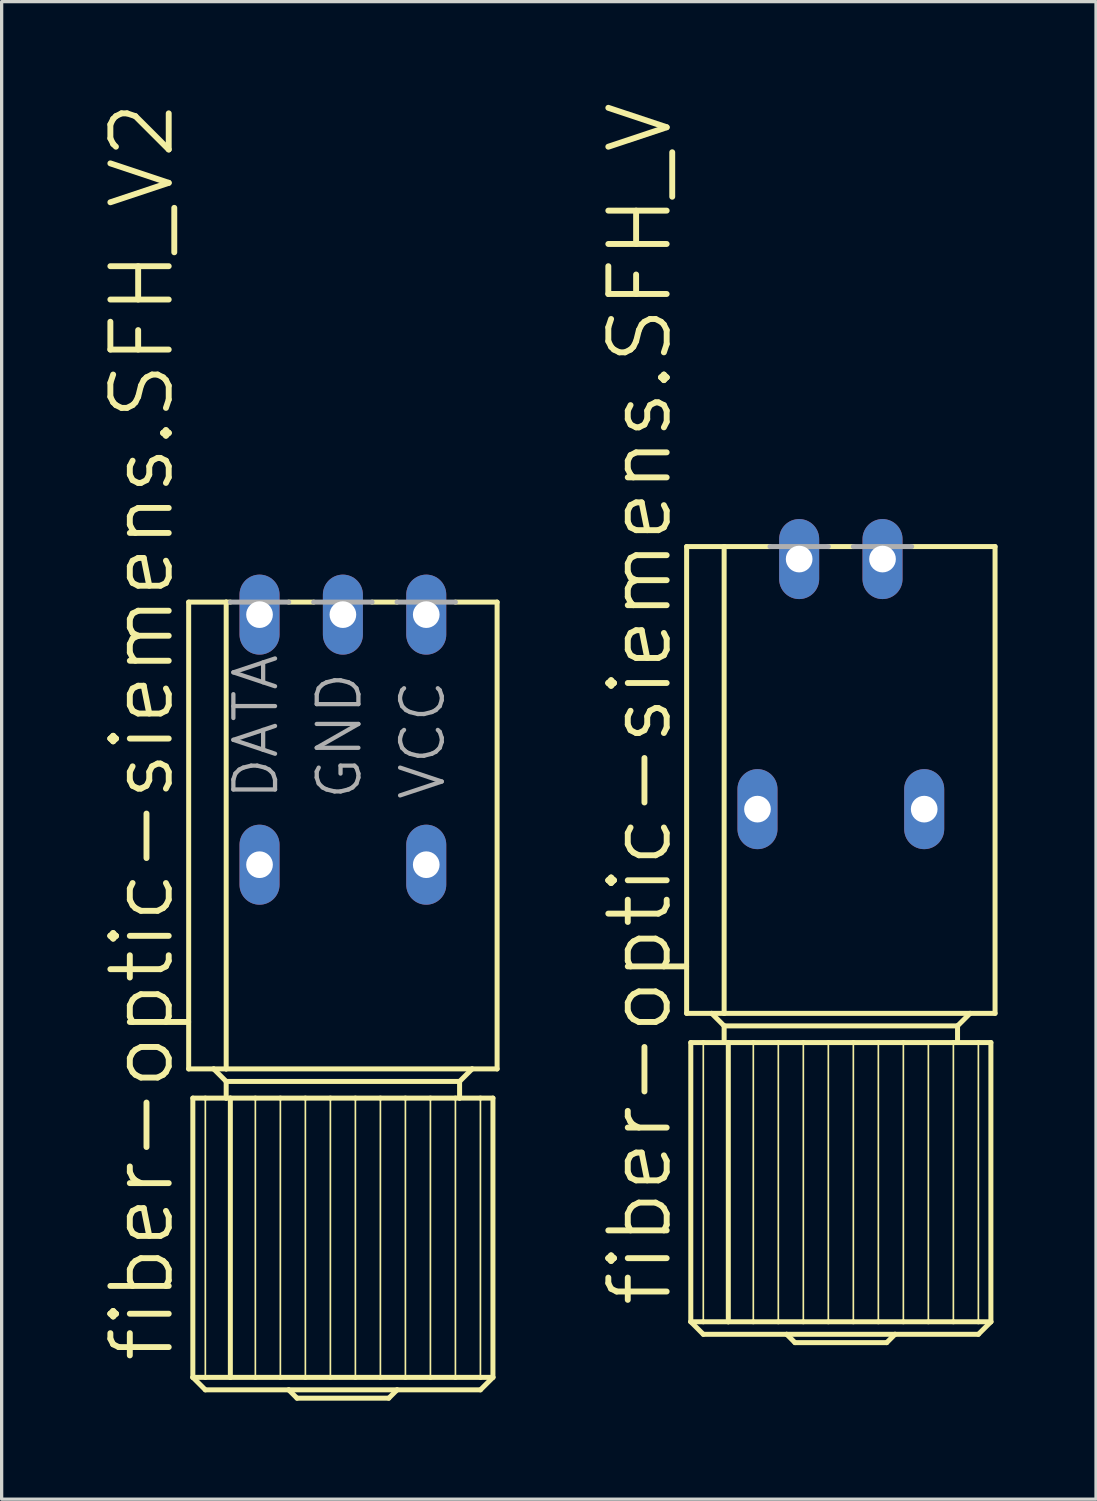
<source format=kicad_pcb>
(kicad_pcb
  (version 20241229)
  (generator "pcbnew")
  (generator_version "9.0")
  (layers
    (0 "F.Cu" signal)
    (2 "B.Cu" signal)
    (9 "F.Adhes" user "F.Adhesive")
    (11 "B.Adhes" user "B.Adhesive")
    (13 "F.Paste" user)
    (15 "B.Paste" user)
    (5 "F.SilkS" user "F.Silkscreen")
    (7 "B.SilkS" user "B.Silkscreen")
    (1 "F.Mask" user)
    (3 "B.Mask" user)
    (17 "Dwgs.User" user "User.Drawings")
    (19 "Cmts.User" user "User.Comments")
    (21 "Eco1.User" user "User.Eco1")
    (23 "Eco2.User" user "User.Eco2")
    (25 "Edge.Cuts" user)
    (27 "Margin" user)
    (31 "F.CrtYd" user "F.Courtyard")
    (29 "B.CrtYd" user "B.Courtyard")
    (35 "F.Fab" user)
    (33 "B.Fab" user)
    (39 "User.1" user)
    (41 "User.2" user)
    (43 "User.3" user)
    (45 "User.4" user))
  (footprint "fiber-optic-siemens.SFH_V"
    (layer "F.Cu")
    (at 22.571 21.605)
    (property "Reference" "fiber-optic-siemens.SFH_V" (at -5.08 15.24 90) (layer "F.SilkS") (effects (font (size 1.778 1.778) (thickness 0.18)) (justify left bottom)))
    (attr through_hole)
    (fp_line (start -4.699 6.223) (end -4.699 -8.001) (stroke (width 0.152) (type default)) (layer "F.SilkS"))
    (fp_line (start -4.699 6.223) (end -3.937 6.223) (stroke (width 0.152) (type default)) (layer "F.SilkS"))
    (fp_line (start -4.572 7.112) (end -4.572 15.621) (stroke (width 0.152) (type default)) (layer "F.SilkS"))
    (fp_line (start -4.572 15.621) (end -4.191 15.621) (stroke (width 0.152) (type default)) (layer "F.SilkS"))
    (fp_line (start -4.191 7.112) (end -4.572 7.112) (stroke (width 0.152) (type default)) (layer "F.SilkS"))
    (fp_line (start -4.191 7.112) (end -4.191 15.621) (stroke (width 0.051) (type default)) (layer "F.SilkS"))
    (fp_line (start -4.191 15.621) (end -3.429 15.621) (stroke (width 0.152) (type default)) (layer "F.SilkS"))
    (fp_line (start -4.191 16.002) (end -4.572 15.621) (stroke (width 0.152) (type default)) (layer "F.SilkS"))
    (fp_line (start -4.191 16.002) (end -1.651 16.002) (stroke (width 0.152) (type default)) (layer "F.SilkS"))
    (fp_line (start -3.937 6.223) (end -3.556 6.223) (stroke (width 0.152) (type default)) (layer "F.SilkS"))
    (fp_line (start -3.937 6.223) (end -3.556 6.604) (stroke (width 0.152) (type default)) (layer "F.SilkS"))
    (fp_line (start -3.556 -8.001) (end -4.699 -8.001) (stroke (width 0.152) (type default)) (layer "F.SilkS"))
    (fp_line (start -3.556 -8.001) (end -3.556 6.223) (stroke (width 0.152) (type default)) (layer "F.SilkS"))
    (fp_line (start -3.556 -8.001) (end -2.159 -8.001) (stroke (width 0.152) (type default)) (layer "F.SilkS"))
    (fp_line (start -3.556 6.223) (end 3.937 6.223) (stroke (width 0.152) (type default)) (layer "F.SilkS"))
    (fp_line (start -3.556 6.604) (end -3.556 7.112) (stroke (width 0.152) (type default)) (layer "F.SilkS"))
    (fp_line (start -3.556 6.604) (end 3.556 6.604) (stroke (width 0.152) (type default)) (layer "F.SilkS"))
    (fp_line (start -3.556 7.112) (end -4.191 7.112) (stroke (width 0.152) (type default)) (layer "F.SilkS"))
    (fp_line (start -3.556 7.112) (end -3.429 7.112) (stroke (width 0.152) (type default)) (layer "F.SilkS"))
    (fp_line (start -3.429 7.112) (end -3.429 15.621) (stroke (width 0.152) (type default)) (layer "F.SilkS"))
    (fp_line (start -3.429 7.112) (end -2.667 7.112) (stroke (width 0.152) (type default)) (layer "F.SilkS"))
    (fp_line (start -3.429 15.621) (end -2.667 15.621) (stroke (width 0.152) (type default)) (layer "F.SilkS"))
    (fp_line (start -2.667 7.112) (end -2.667 15.621) (stroke (width 0.051) (type default)) (layer "F.SilkS"))
    (fp_line (start -2.667 7.112) (end -1.905 7.112) (stroke (width 0.152) (type default)) (layer "F.SilkS"))
    (fp_line (start -2.667 15.621) (end -1.905 15.621) (stroke (width 0.152) (type default)) (layer "F.SilkS"))
    (fp_line (start -1.905 7.112) (end -1.905 15.621) (stroke (width 0.051) (type default)) (layer "F.SilkS"))
    (fp_line (start -1.905 7.112) (end -1.143 7.112) (stroke (width 0.152) (type default)) (layer "F.SilkS"))
    (fp_line (start -1.905 15.621) (end -1.143 15.621) (stroke (width 0.152) (type default)) (layer "F.SilkS"))
    (fp_line (start -1.651 16.002) (end 1.651 16.002) (stroke (width 0.152) (type default)) (layer "F.SilkS"))
    (fp_line (start -1.397 16.256) (end -1.651 16.002) (stroke (width 0.152) (type default)) (layer "F.SilkS"))
    (fp_line (start -1.143 7.112) (end -1.143 15.621) (stroke (width 0.051) (type default)) (layer "F.SilkS"))
    (fp_line (start -1.143 7.112) (end -0.381 7.112) (stroke (width 0.152) (type default)) (layer "F.SilkS"))
    (fp_line (start -1.143 15.621) (end -0.381 15.621) (stroke (width 0.152) (type default)) (layer "F.SilkS"))
    (fp_line (start -0.381 -8.001) (end 0.381 -8.001) (stroke (width 0.152) (type default)) (layer "F.SilkS"))
    (fp_line (start -0.381 7.112) (end -0.381 15.621) (stroke (width 0.051) (type default)) (layer "F.SilkS"))
    (fp_line (start -0.381 7.112) (end 0.381 7.112) (stroke (width 0.152) (type default)) (layer "F.SilkS"))
    (fp_line (start -0.381 15.621) (end 0.381 15.621) (stroke (width 0.152) (type default)) (layer "F.SilkS"))
    (fp_line (start 0.381 7.112) (end 0.381 15.621) (stroke (width 0.051) (type default)) (layer "F.SilkS"))
    (fp_line (start 0.381 7.112) (end 1.143 7.112) (stroke (width 0.152) (type default)) (layer "F.SilkS"))
    (fp_line (start 0.381 15.621) (end 1.143 15.621) (stroke (width 0.152) (type default)) (layer "F.SilkS"))
    (fp_line (start 1.143 7.112) (end 1.143 15.621) (stroke (width 0.051) (type default)) (layer "F.SilkS"))
    (fp_line (start 1.143 7.112) (end 1.905 7.112) (stroke (width 0.152) (type default)) (layer "F.SilkS"))
    (fp_line (start 1.143 15.621) (end 1.905 15.621) (stroke (width 0.152) (type default)) (layer "F.SilkS"))
    (fp_line (start 1.397 16.256) (end -1.397 16.256) (stroke (width 0.152) (type default)) (layer "F.SilkS"))
    (fp_line (start 1.651 16.002) (end 1.397 16.256) (stroke (width 0.152) (type default)) (layer "F.SilkS"))
    (fp_line (start 1.651 16.002) (end 4.191 16.002) (stroke (width 0.152) (type default)) (layer "F.SilkS"))
    (fp_line (start 1.905 7.112) (end 1.905 15.621) (stroke (width 0.051) (type default)) (layer "F.SilkS"))
    (fp_line (start 1.905 7.112) (end 2.667 7.112) (stroke (width 0.152) (type default)) (layer "F.SilkS"))
    (fp_line (start 1.905 15.621) (end 2.667 15.621) (stroke (width 0.152) (type default)) (layer "F.SilkS"))
    (fp_line (start 2.159 -8.001) (end 4.699 -8.001) (stroke (width 0.152) (type default)) (layer "F.SilkS"))
    (fp_line (start 2.667 7.112) (end 2.667 15.621) (stroke (width 0.051) (type default)) (layer "F.SilkS"))
    (fp_line (start 2.667 7.112) (end 3.429 7.112) (stroke (width 0.152) (type default)) (layer "F.SilkS"))
    (fp_line (start 2.667 15.621) (end 3.429 15.621) (stroke (width 0.152) (type default)) (layer "F.SilkS"))
    (fp_line (start 3.429 7.112) (end 3.429 15.621) (stroke (width 0.051) (type default)) (layer "F.SilkS"))
    (fp_line (start 3.429 7.112) (end 3.556 7.112) (stroke (width 0.152) (type default)) (layer "F.SilkS"))
    (fp_line (start 3.429 15.621) (end 4.191 15.621) (stroke (width 0.152) (type default)) (layer "F.SilkS"))
    (fp_line (start 3.556 6.604) (end 3.937 6.223) (stroke (width 0.152) (type default)) (layer "F.SilkS"))
    (fp_line (start 3.556 7.112) (end 3.556 6.604) (stroke (width 0.152) (type default)) (layer "F.SilkS"))
    (fp_line (start 3.556 7.112) (end 4.191 7.112) (stroke (width 0.152) (type default)) (layer "F.SilkS"))
    (fp_line (start 3.937 6.223) (end 4.699 6.223) (stroke (width 0.152) (type default)) (layer "F.SilkS"))
    (fp_line (start 4.191 7.112) (end 4.191 15.621) (stroke (width 0.051) (type default)) (layer "F.SilkS"))
    (fp_line (start 4.191 7.112) (end 4.572 7.112) (stroke (width 0.152) (type default)) (layer "F.SilkS"))
    (fp_line (start 4.191 15.621) (end 4.572 15.621) (stroke (width 0.152) (type default)) (layer "F.SilkS"))
    (fp_line (start 4.572 7.112) (end 4.572 15.621) (stroke (width 0.152) (type default)) (layer "F.SilkS"))
    (fp_line (start 4.572 15.621) (end 4.191 16.002) (stroke (width 0.152) (type default)) (layer "F.SilkS"))
    (fp_line (start 4.699 -8.001) (end 4.699 6.223) (stroke (width 0.152) (type default)) (layer "F.SilkS"))
    (fp_line (start -2.159 -8.001) (end -0.381 -8.001) (stroke (width 0.152) (type default)) (layer "F.Fab"))
    (fp_line (start 0.381 -8.001) (end 2.159 -8.001) (stroke (width 0.152) (type default)) (layer "F.Fab"))
    (pad "1" thru_hole oval (at -2.54 0 90) (size 2.438 1.219) (drill 0.813) (layers "*.Cu" "*.Mask"))
    (pad "2" thru_hole oval (at 2.54 0 90) (size 2.438 1.219) (drill 0.813) (layers "*.Cu" "*.Mask"))
    (pad "A" thru_hole oval (at 1.27 -7.62 90) (size 2.438 1.219) (drill 0.813) (layers "*.Cu" "*.Mask"))
    (pad "K" thru_hole oval (at -1.27 -7.62 90) (size 2.438 1.219) (drill 0.813) (layers "*.Cu" "*.Mask")))
  (footprint "fiber-optic-siemens.SFH_V2"
    (layer "F.Cu")
    (at 7.398 23.298)
    (property "Reference" "fiber-optic-siemens.SFH_V2" (at -5.08 15.24 90) (layer "F.SilkS") (effects (font (size 1.778 1.778) (thickness 0.18)) (justify left bottom)))
    (attr through_hole)
    (fp_line (start -4.699 6.223) (end -4.699 -8.001) (stroke (width 0.152) (type default)) (layer "F.SilkS"))
    (fp_line (start -4.699 6.223) (end -3.937 6.223) (stroke (width 0.152) (type default)) (layer "F.SilkS"))
    (fp_line (start -4.572 7.112) (end -4.572 15.621) (stroke (width 0.152) (type default)) (layer "F.SilkS"))
    (fp_line (start -4.572 15.621) (end -4.191 15.621) (stroke (width 0.152) (type default)) (layer "F.SilkS"))
    (fp_line (start -4.191 7.112) (end -4.572 7.112) (stroke (width 0.152) (type default)) (layer "F.SilkS"))
    (fp_line (start -4.191 7.112) (end -4.191 15.621) (stroke (width 0.051) (type default)) (layer "F.SilkS"))
    (fp_line (start -4.191 15.621) (end -3.429 15.621) (stroke (width 0.152) (type default)) (layer "F.SilkS"))
    (fp_line (start -4.191 16.002) (end -4.572 15.621) (stroke (width 0.152) (type default)) (layer "F.SilkS"))
    (fp_line (start -4.191 16.002) (end -1.651 16.002) (stroke (width 0.152) (type default)) (layer "F.SilkS"))
    (fp_line (start -3.937 6.223) (end -3.556 6.223) (stroke (width 0.152) (type default)) (layer "F.SilkS"))
    (fp_line (start -3.937 6.223) (end -3.556 6.604) (stroke (width 0.152) (type default)) (layer "F.SilkS"))
    (fp_line (start -3.556 -8.001) (end -4.699 -8.001) (stroke (width 0.152) (type default)) (layer "F.SilkS"))
    (fp_line (start -3.556 -8.001) (end -3.556 6.223) (stroke (width 0.152) (type default)) (layer "F.SilkS"))
    (fp_line (start -3.556 -8.001) (end -3.429 -8.001) (stroke (width 0.152) (type default)) (layer "F.SilkS"))
    (fp_line (start -3.556 6.223) (end 3.937 6.223) (stroke (width 0.152) (type default)) (layer "F.SilkS"))
    (fp_line (start -3.556 6.604) (end -3.556 7.112) (stroke (width 0.152) (type default)) (layer "F.SilkS"))
    (fp_line (start -3.556 6.604) (end 3.556 6.604) (stroke (width 0.152) (type default)) (layer "F.SilkS"))
    (fp_line (start -3.556 7.112) (end -4.191 7.112) (stroke (width 0.152) (type default)) (layer "F.SilkS"))
    (fp_line (start -3.556 7.112) (end -3.429 7.112) (stroke (width 0.152) (type default)) (layer "F.SilkS"))
    (fp_line (start -3.429 7.112) (end -3.429 15.621) (stroke (width 0.152) (type default)) (layer "F.SilkS"))
    (fp_line (start -3.429 7.112) (end -2.667 7.112) (stroke (width 0.152) (type default)) (layer "F.SilkS"))
    (fp_line (start -3.429 15.621) (end -2.667 15.621) (stroke (width 0.152) (type default)) (layer "F.SilkS"))
    (fp_line (start -2.667 7.112) (end -2.667 15.621) (stroke (width 0.051) (type default)) (layer "F.SilkS"))
    (fp_line (start -2.667 7.112) (end -1.905 7.112) (stroke (width 0.152) (type default)) (layer "F.SilkS"))
    (fp_line (start -2.667 15.621) (end -1.905 15.621) (stroke (width 0.152) (type default)) (layer "F.SilkS"))
    (fp_line (start -1.905 7.112) (end -1.905 15.621) (stroke (width 0.051) (type default)) (layer "F.SilkS"))
    (fp_line (start -1.905 7.112) (end -1.143 7.112) (stroke (width 0.152) (type default)) (layer "F.SilkS"))
    (fp_line (start -1.905 15.621) (end -1.143 15.621) (stroke (width 0.152) (type default)) (layer "F.SilkS"))
    (fp_line (start -1.651 -8.001) (end -0.889 -8.001) (stroke (width 0.152) (type default)) (layer "F.SilkS"))
    (fp_line (start -1.651 16.002) (end 1.651 16.002) (stroke (width 0.152) (type default)) (layer "F.SilkS"))
    (fp_line (start -1.397 16.256) (end -1.651 16.002) (stroke (width 0.152) (type default)) (layer "F.SilkS"))
    (fp_line (start -1.143 7.112) (end -1.143 15.621) (stroke (width 0.051) (type default)) (layer "F.SilkS"))
    (fp_line (start -1.143 7.112) (end -0.381 7.112) (stroke (width 0.152) (type default)) (layer "F.SilkS"))
    (fp_line (start -1.143 15.621) (end -0.381 15.621) (stroke (width 0.152) (type default)) (layer "F.SilkS"))
    (fp_line (start -0.381 7.112) (end -0.381 15.621) (stroke (width 0.051) (type default)) (layer "F.SilkS"))
    (fp_line (start -0.381 7.112) (end 0.381 7.112) (stroke (width 0.152) (type default)) (layer "F.SilkS"))
    (fp_line (start -0.381 15.621) (end 0.381 15.621) (stroke (width 0.152) (type default)) (layer "F.SilkS"))
    (fp_line (start 0.381 7.112) (end 0.381 15.621) (stroke (width 0.051) (type default)) (layer "F.SilkS"))
    (fp_line (start 0.381 7.112) (end 1.143 7.112) (stroke (width 0.152) (type default)) (layer "F.SilkS"))
    (fp_line (start 0.381 15.621) (end 1.143 15.621) (stroke (width 0.152) (type default)) (layer "F.SilkS"))
    (fp_line (start 0.889 -8.001) (end 1.651 -8.001) (stroke (width 0.152) (type default)) (layer "F.SilkS"))
    (fp_line (start 1.143 7.112) (end 1.143 15.621) (stroke (width 0.051) (type default)) (layer "F.SilkS"))
    (fp_line (start 1.143 7.112) (end 1.905 7.112) (stroke (width 0.152) (type default)) (layer "F.SilkS"))
    (fp_line (start 1.143 15.621) (end 1.905 15.621) (stroke (width 0.152) (type default)) (layer "F.SilkS"))
    (fp_line (start 1.397 16.256) (end -1.397 16.256) (stroke (width 0.152) (type default)) (layer "F.SilkS"))
    (fp_line (start 1.651 16.002) (end 1.397 16.256) (stroke (width 0.152) (type default)) (layer "F.SilkS"))
    (fp_line (start 1.651 16.002) (end 4.191 16.002) (stroke (width 0.152) (type default)) (layer "F.SilkS"))
    (fp_line (start 1.905 7.112) (end 1.905 15.621) (stroke (width 0.051) (type default)) (layer "F.SilkS"))
    (fp_line (start 1.905 7.112) (end 2.667 7.112) (stroke (width 0.152) (type default)) (layer "F.SilkS"))
    (fp_line (start 1.905 15.621) (end 2.667 15.621) (stroke (width 0.152) (type default)) (layer "F.SilkS"))
    (fp_line (start 2.667 7.112) (end 2.667 15.621) (stroke (width 0.051) (type default)) (layer "F.SilkS"))
    (fp_line (start 2.667 7.112) (end 3.429 7.112) (stroke (width 0.152) (type default)) (layer "F.SilkS"))
    (fp_line (start 2.667 15.621) (end 3.429 15.621) (stroke (width 0.152) (type default)) (layer "F.SilkS"))
    (fp_line (start 3.429 -8.001) (end 4.699 -8.001) (stroke (width 0.152) (type default)) (layer "F.SilkS"))
    (fp_line (start 3.429 7.112) (end 3.429 15.621) (stroke (width 0.051) (type default)) (layer "F.SilkS"))
    (fp_line (start 3.429 7.112) (end 3.556 7.112) (stroke (width 0.152) (type default)) (layer "F.SilkS"))
    (fp_line (start 3.429 15.621) (end 4.191 15.621) (stroke (width 0.152) (type default)) (layer "F.SilkS"))
    (fp_line (start 3.556 6.604) (end 3.937 6.223) (stroke (width 0.152) (type default)) (layer "F.SilkS"))
    (fp_line (start 3.556 7.112) (end 3.556 6.604) (stroke (width 0.152) (type default)) (layer "F.SilkS"))
    (fp_line (start 3.556 7.112) (end 4.191 7.112) (stroke (width 0.152) (type default)) (layer "F.SilkS"))
    (fp_line (start 3.937 6.223) (end 4.699 6.223) (stroke (width 0.152) (type default)) (layer "F.SilkS"))
    (fp_line (start 4.191 7.112) (end 4.191 15.621) (stroke (width 0.051) (type default)) (layer "F.SilkS"))
    (fp_line (start 4.191 7.112) (end 4.572 7.112) (stroke (width 0.152) (type default)) (layer "F.SilkS"))
    (fp_line (start 4.191 15.621) (end 4.572 15.621) (stroke (width 0.152) (type default)) (layer "F.SilkS"))
    (fp_line (start 4.572 7.112) (end 4.572 15.621) (stroke (width 0.152) (type default)) (layer "F.SilkS"))
    (fp_line (start 4.572 15.621) (end 4.191 16.002) (stroke (width 0.152) (type default)) (layer "F.SilkS"))
    (fp_line (start 4.699 -8.001) (end 4.699 6.223) (stroke (width 0.152) (type default)) (layer "F.SilkS"))
    (fp_line (start -3.429 -8.001) (end -1.651 -8.001) (stroke (width 0.152) (type default)) (layer "F.Fab"))
    (fp_line (start -0.889 -8.001) (end 0.889 -8.001) (stroke (width 0.152) (type default)) (layer "F.Fab"))
    (fp_line (start 1.651 -8.001) (end 3.429 -8.001) (stroke (width 0.152) (type default)) (layer "F.Fab"))
    (fp_text user "GND" (at 0.635 -1.905 90) (layer "F.Fab") (effects (font (size 1.27 1.27) (thickness 0.13)) (justify left bottom)))
    (fp_text user "DATA" (at -1.905 -1.905 90) (layer "F.Fab") (effects (font (size 1.27 1.27) (thickness 0.13)) (justify left bottom)))
    (fp_text user "VCC" (at 3.175 -1.905 90) (layer "F.Fab") (effects (font (size 1.27 1.27) (thickness 0.13)) (justify left bottom)))
    (pad "1" thru_hole oval (at 2.54 -7.62 90) (size 2.438 1.219) (drill 0.813) (layers "*.Cu" "*.Mask"))
    (pad "2" thru_hole oval (at 0 -7.62 90) (size 2.438 1.219) (drill 0.813) (layers "*.Cu" "*.Mask"))
    (pad "3" thru_hole oval (at -2.54 -7.62 90) (size 2.438 1.219) (drill 0.813) (layers "*.Cu" "*.Mask"))
    (pad "4" thru_hole oval (at -2.54 0 90) (size 2.438 1.219) (drill 0.813) (layers "*.Cu" "*.Mask"))
    (pad "5" thru_hole oval (at 2.54 0 90) (size 2.438 1.219) (drill 0.813) (layers "*.Cu" "*.Mask")))
  (gr_rect
    (start -3 -3)
    (end 30.346 42.631)
    (stroke (width 0.1) (type default))
    (fill no)
    (layer "Edge.Cuts")))
</source>
